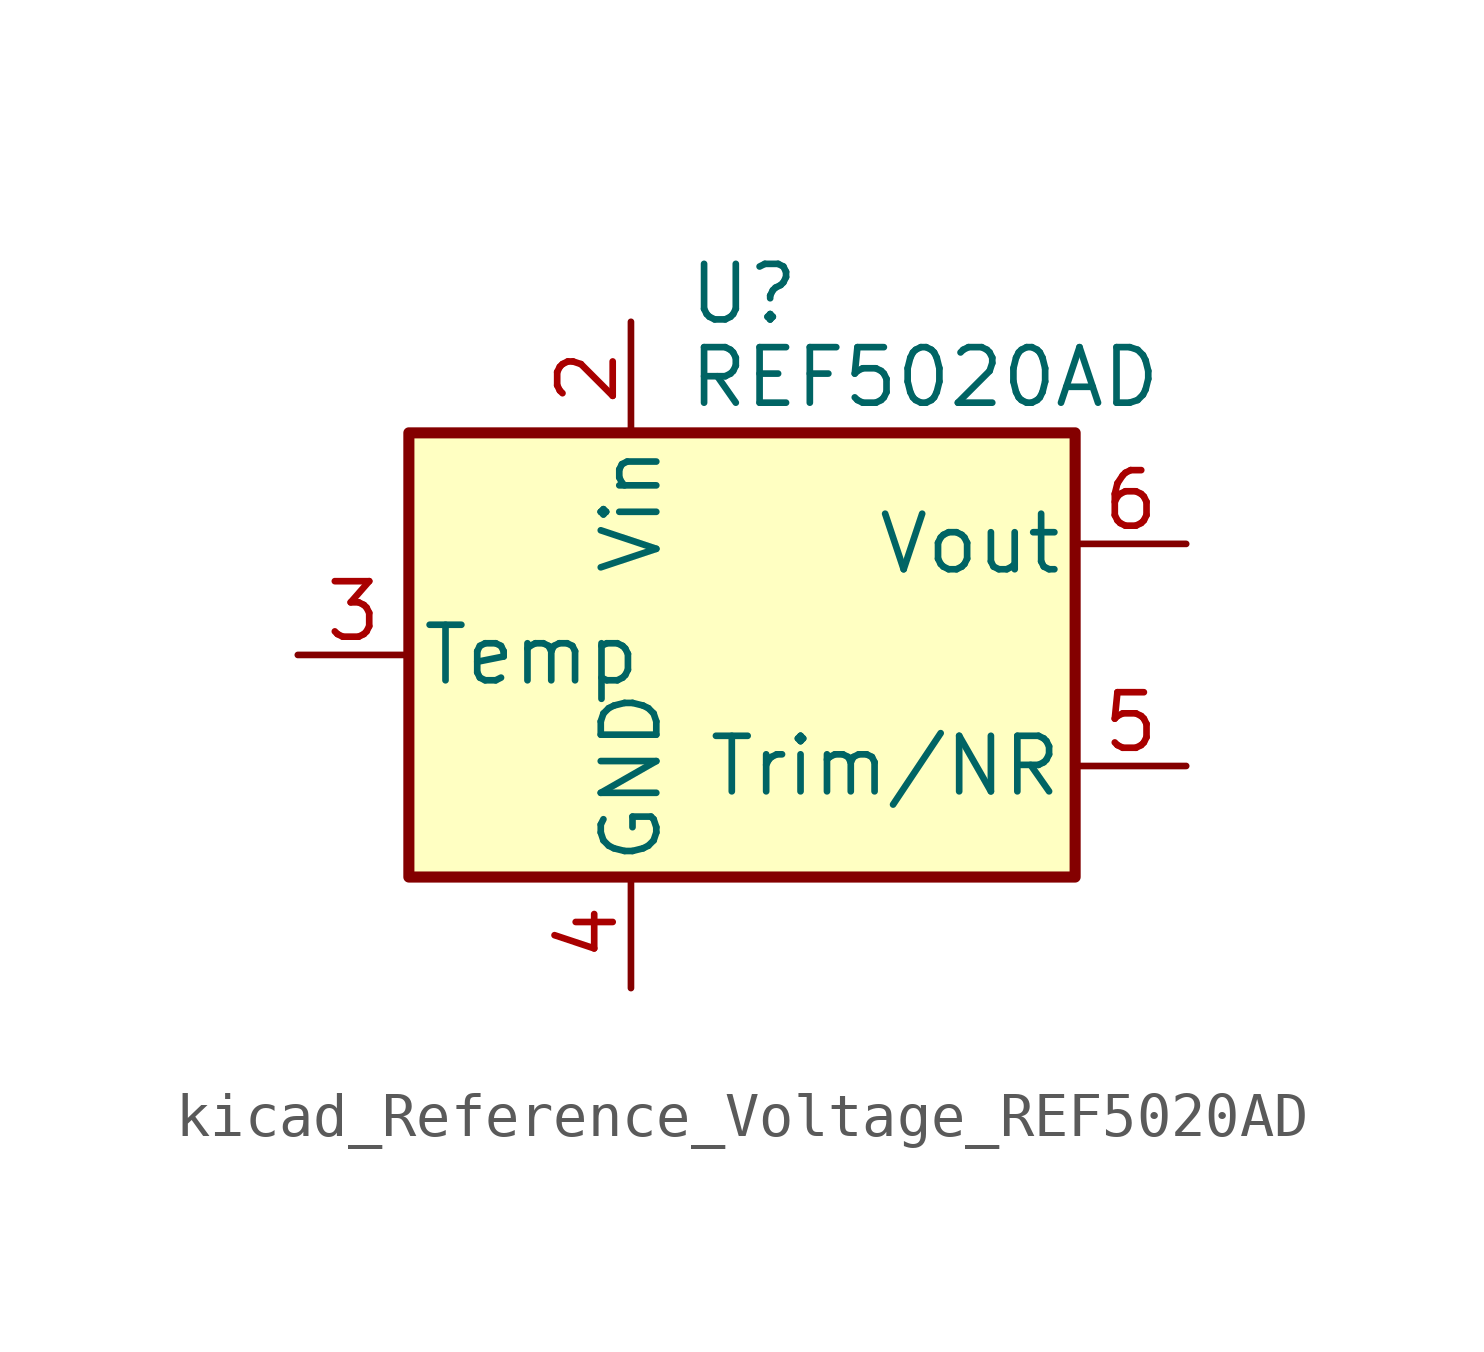
<source format=kicad_sym>
(kicad_symbol_lib
  (version 20220914)
  (generator kicad_symbol_editor)
  (symbol "kicad_Reference_Voltage_REF5020AD"
    (pin_names
      (offset 0.254))
    (property "Reference" "U"
      (at -1.27 8.255 0)
      (effects (font (size 1.27 1.27)) (justify left)))
    (property "Value" "REF5020AD"
      (at -1.27 6.35 0)
      (effects (font (size 1.27 1.27)) (justify left)))
    (symbol "kicad_Reference_Voltage_REF5020AD_0_1"
      (rectangle (start -7.62 5.08) (end 7.62 -5.08) (stroke (width 0.254) (type default)) (fill (type background))))
    (symbol "kicad_Reference_Voltage_REF5020AD_1_1"
      (pin no_connect line (at -7.62 2.54 0) (length 2.54) hide (name "DNC" (effects (font (size 1.27 1.27)))) (number "1" (effects (font (size 1.27 1.27)))))
      (pin power_in line (at -2.54 7.62 270) (length 2.54) (name "Vin" (effects (font (size 1.27 1.27)))) (number "2" (effects (font (size 1.27 1.27)))))
      (pin passive line (at -10.16 0 0) (length 2.54) (name "Temp" (effects (font (size 1.27 1.27)))) (number "3" (effects (font (size 1.27 1.27)))))
      (pin power_in line (at -2.54 -7.62 90) (length 2.54) (name "GND" (effects (font (size 1.27 1.27)))) (number "4" (effects (font (size 1.27 1.27)))))
      (pin passive line (at 10.16 -2.54 180) (length 2.54) (name "Trim/NR" (effects (font (size 1.27 1.27)))) (number "5" (effects (font (size 1.27 1.27)))))
      (pin power_out line (at 10.16 2.54 180) (length 2.54) (name "Vout" (effects (font (size 1.27 1.27)))) (number "6" (effects (font (size 1.27 1.27)))))
      (pin no_connect line (at -5.08 -5.08 90) (length 2.54) hide (name "NC" (effects (font (size 1.27 1.27)))) (number "7" (effects (font (size 1.27 1.27)))))
      (pin no_connect line (at 7.62 0 180) (length 2.54) hide (name "DNC" (effects (font (size 1.27 1.27)))) (number "8" (effects (font (size 1.27 1.27))))))))
</source>
